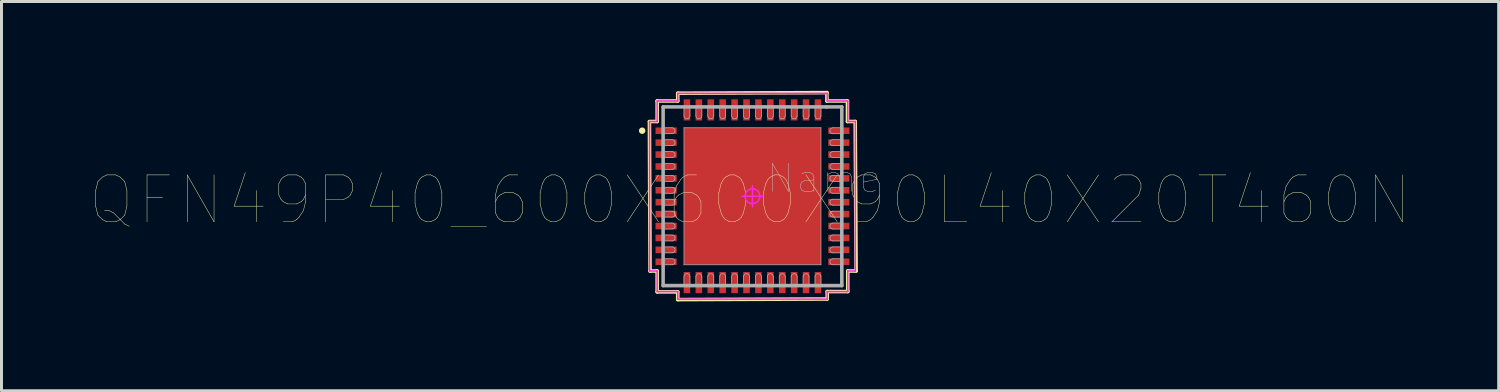
<source format=kicad_pcb>
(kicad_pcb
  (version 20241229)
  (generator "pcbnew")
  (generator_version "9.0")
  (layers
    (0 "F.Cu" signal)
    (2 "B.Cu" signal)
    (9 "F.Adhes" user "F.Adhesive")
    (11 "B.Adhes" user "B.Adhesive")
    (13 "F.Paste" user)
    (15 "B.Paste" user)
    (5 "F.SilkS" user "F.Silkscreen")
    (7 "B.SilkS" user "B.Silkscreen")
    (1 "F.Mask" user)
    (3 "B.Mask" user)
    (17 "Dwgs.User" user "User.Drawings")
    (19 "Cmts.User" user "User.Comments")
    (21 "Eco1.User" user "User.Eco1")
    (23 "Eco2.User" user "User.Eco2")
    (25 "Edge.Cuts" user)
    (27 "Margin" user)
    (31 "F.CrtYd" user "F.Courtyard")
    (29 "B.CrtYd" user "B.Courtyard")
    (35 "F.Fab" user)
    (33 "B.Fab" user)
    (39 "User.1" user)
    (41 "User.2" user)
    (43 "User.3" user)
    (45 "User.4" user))
  (footprint "QFN49P40_600X600X90L40X20T460N"
    (layer "F.Cu")
    (at 22.217 3.54)
    (property "Reference" "QFN49P40_600X600X90L40X20T460N" (at -0.08 0.13 0) (layer "F.SilkS") (effects (font (size 1.575 1.575) (thickness 0.015))))
    (fp_poly (pts (xy -2.3 2.3) (xy -2.3 -2.3) (xy 2.3 -2.3) (xy 2.3 2.3)) (stroke (width 0.01) (type solid)) (fill yes) (layer "F.Mask"))
    (fp_line (start -3.46 -2.51) (end -3.2 -2.51) (stroke (width 0.12) (type solid)) (layer "F.SilkS"))
    (fp_line (start -3.44 2.51) (end -3.46 -2.5) (stroke (width 0.12) (type solid)) (layer "F.SilkS"))
    (fp_line (start -3.2 -3.2) (end -2.51 -3.2) (stroke (width 0.12) (type solid)) (layer "F.SilkS"))
    (fp_line (start -3.2 -2.51) (end -3.2 -3.2) (stroke (width 0.12) (type solid)) (layer "F.SilkS"))
    (fp_line (start -3.2 2.51) (end -3.44 2.51) (stroke (width 0.12) (type solid)) (layer "F.SilkS"))
    (fp_line (start -3.2 3.21) (end -3.2 2.51) (stroke (width 0.12) (type solid)) (layer "F.SilkS"))
    (fp_line (start -2.51 -3.2) (end -2.51 -3.46) (stroke (width 0.12) (type solid)) (layer "F.SilkS"))
    (fp_line (start -2.51 3.21) (end -3.2 3.21) (stroke (width 0.12) (type solid)) (layer "F.SilkS"))
    (fp_line (start -2.51 3.47) (end -2.51 3.21) (stroke (width 0.12) (type solid)) (layer "F.SilkS"))
    (fp_line (start -2.5 -3.46) (end 2.5 -3.48) (stroke (width 0.12) (type solid)) (layer "F.SilkS"))
    (fp_line (start 2.5 -3.48) (end 2.5 -3.2) (stroke (width 0.12) (type solid)) (layer "F.SilkS"))
    (fp_line (start 2.5 -3.2) (end 3.19 -3.2) (stroke (width 0.12) (type solid)) (layer "F.SilkS"))
    (fp_line (start 2.51 3.2) (end 2.51 3.45) (stroke (width 0.12) (type solid)) (layer "F.SilkS"))
    (fp_line (start 2.51 3.45) (end -2.51 3.47) (stroke (width 0.12) (type solid)) (layer "F.SilkS"))
    (fp_line (start 3.19 -3.2) (end 3.19 -2.51) (stroke (width 0.12) (type solid)) (layer "F.SilkS"))
    (fp_line (start 3.19 -2.51) (end 3.45 -2.51) (stroke (width 0.12) (type solid)) (layer "F.SilkS"))
    (fp_line (start 3.2 2.51) (end 3.2 3.2) (stroke (width 0.12) (type solid)) (layer "F.SilkS"))
    (fp_line (start 3.2 3.2) (end 2.51 3.2) (stroke (width 0.12) (type solid)) (layer "F.SilkS"))
    (fp_line (start 3.45 -2.51) (end 3.48 2.51) (stroke (width 0.12) (type solid)) (layer "F.SilkS"))
    (fp_line (start 3.48 2.51) (end 3.2 2.51) (stroke (width 0.12) (type solid)) (layer "F.SilkS"))
    (fp_circle (center -3.704 -2.201) (end -3.595 -2.201) (stroke (width 0) (type solid)) (fill yes) (layer "F.SilkS"))
    (fp_poly (pts (xy -1.965 -0.335) (xy -1.965 -1.965) (xy -0.335 -1.965) (xy -0.335 -0.335)) (stroke (width 0.01) (type solid)) (fill yes) (layer "F.Paste"))
    (fp_poly (pts (xy -1.965 1.965) (xy -1.965 0.335) (xy -0.335 0.335) (xy -0.335 1.965)) (stroke (width 0.01) (type solid)) (fill yes) (layer "F.Paste"))
    (fp_poly (pts (xy 0.335 -0.335) (xy 0.335 -1.965) (xy 1.965 -1.965) (xy 1.965 -0.335)) (stroke (width 0.01) (type solid)) (fill yes) (layer "F.Paste"))
    (fp_poly (pts (xy 0.335 1.965) (xy 0.335 0.335) (xy 1.965 0.335) (xy 1.965 1.965)) (stroke (width 0.01) (type solid)) (fill yes) (layer "F.Paste"))
    (fp_line (start -3.455 -2.51) (end -3.455 2.51) (stroke (width 0.05) (type solid)) (layer "F.CrtYd"))
    (fp_line (start -3.455 2.51) (end -3.2 2.51) (stroke (width 0.05) (type solid)) (layer "F.CrtYd"))
    (fp_line (start -3.2 -3.2) (end -3.2 -2.51) (stroke (width 0.05) (type solid)) (layer "F.CrtYd"))
    (fp_line (start -3.2 -2.51) (end -3.455 -2.51) (stroke (width 0.05) (type solid)) (layer "F.CrtYd"))
    (fp_line (start -3.2 2.51) (end -3.2 3.2) (stroke (width 0.05) (type solid)) (layer "F.CrtYd"))
    (fp_line (start -3.2 3.2) (end -2.51 3.2) (stroke (width 0.05) (type solid)) (layer "F.CrtYd"))
    (fp_line (start -2.51 -3.455) (end -2.51 -3.2) (stroke (width 0.05) (type solid)) (layer "F.CrtYd"))
    (fp_line (start -2.51 -3.2) (end -3.2 -3.2) (stroke (width 0.05) (type solid)) (layer "F.CrtYd"))
    (fp_line (start -2.51 3.2) (end -2.51 3.455) (stroke (width 0.05) (type solid)) (layer "F.CrtYd"))
    (fp_line (start -2.51 3.455) (end 2.51 3.455) (stroke (width 0.05) (type solid)) (layer "F.CrtYd"))
    (fp_line (start 0 -0.35) (end 0 0.35) (stroke (width 0.05) (type solid)) (layer "F.CrtYd"))
    (fp_line (start 0.35 0) (end -0.35 0) (stroke (width 0.05) (type solid)) (layer "F.CrtYd"))
    (fp_line (start 2.51 -3.455) (end -2.51 -3.455) (stroke (width 0.05) (type solid)) (layer "F.CrtYd"))
    (fp_line (start 2.51 -3.2) (end 2.51 -3.455) (stroke (width 0.05) (type solid)) (layer "F.CrtYd"))
    (fp_line (start 2.51 3.2) (end 3.2 3.2) (stroke (width 0.05) (type solid)) (layer "F.CrtYd"))
    (fp_line (start 2.51 3.455) (end 2.51 3.2) (stroke (width 0.05) (type solid)) (layer "F.CrtYd"))
    (fp_line (start 3.2 -3.2) (end 2.51 -3.2) (stroke (width 0.05) (type solid)) (layer "F.CrtYd"))
    (fp_line (start 3.2 -2.51) (end 3.2 -3.2) (stroke (width 0.05) (type solid)) (layer "F.CrtYd"))
    (fp_line (start 3.2 2.51) (end 3.455 2.51) (stroke (width 0.05) (type solid)) (layer "F.CrtYd"))
    (fp_line (start 3.2 3.2) (end 3.2 2.51) (stroke (width 0.05) (type solid)) (layer "F.CrtYd"))
    (fp_line (start 3.455 -2.51) (end 3.2 -2.51) (stroke (width 0.05) (type solid)) (layer "F.CrtYd"))
    (fp_line (start 3.455 2.51) (end 3.455 -2.51) (stroke (width 0.05) (type solid)) (layer "F.CrtYd"))
    (fp_circle (center 0 0) (end 0.25 0) (stroke (width 0.05) (type solid)) (fill no) (layer "F.CrtYd"))
    (fp_line (start -3 -3) (end 2.49 -3) (stroke (width 0.12) (type solid)) (layer "F.Fab"))
    (fp_line (start -3 -2.3) (end -3 -2.1) (stroke (width 0.025) (type solid)) (layer "F.Fab"))
    (fp_line (start -3 -2.1) (end -2.7 -2.1) (stroke (width 0.025) (type solid)) (layer "F.Fab"))
    (fp_line (start -3 -1.9) (end -3 -1.7) (stroke (width 0.025) (type solid)) (layer "F.Fab"))
    (fp_line (start -3 -1.7) (end -2.7 -1.7) (stroke (width 0.025) (type solid)) (layer "F.Fab"))
    (fp_line (start -3 -1.5) (end -3 -1.3) (stroke (width 0.025) (type solid)) (layer "F.Fab"))
    (fp_line (start -3 -1.3) (end -2.7 -1.3) (stroke (width 0.025) (type solid)) (layer "F.Fab"))
    (fp_line (start -3 -1.1) (end -3 -0.9) (stroke (width 0.025) (type solid)) (layer "F.Fab"))
    (fp_line (start -3 -0.9) (end -2.7 -0.9) (stroke (width 0.025) (type solid)) (layer "F.Fab"))
    (fp_line (start -3 -0.7) (end -3 -0.5) (stroke (width 0.025) (type solid)) (layer "F.Fab"))
    (fp_line (start -3 -0.5) (end -2.7 -0.5) (stroke (width 0.025) (type solid)) (layer "F.Fab"))
    (fp_line (start -3 -0.3) (end -3 -0.1) (stroke (width 0.025) (type solid)) (layer "F.Fab"))
    (fp_line (start -3 -0.1) (end -2.7 -0.1) (stroke (width 0.025) (type solid)) (layer "F.Fab"))
    (fp_line (start -3 0.1) (end -3 0.3) (stroke (width 0.025) (type solid)) (layer "F.Fab"))
    (fp_line (start -3 0.3) (end -2.7 0.3) (stroke (width 0.025) (type solid)) (layer "F.Fab"))
    (fp_line (start -3 0.5) (end -3 0.7) (stroke (width 0.025) (type solid)) (layer "F.Fab"))
    (fp_line (start -3 0.7) (end -2.7 0.7) (stroke (width 0.025) (type solid)) (layer "F.Fab"))
    (fp_line (start -3 0.9) (end -3 1.1) (stroke (width 0.025) (type solid)) (layer "F.Fab"))
    (fp_line (start -3 1.1) (end -2.7 1.1) (stroke (width 0.025) (type solid)) (layer "F.Fab"))
    (fp_line (start -3 1.3) (end -3 1.5) (stroke (width 0.025) (type solid)) (layer "F.Fab"))
    (fp_line (start -3 1.5) (end -2.7 1.5) (stroke (width 0.025) (type solid)) (layer "F.Fab"))
    (fp_line (start -3 1.7) (end -3 1.9) (stroke (width 0.025) (type solid)) (layer "F.Fab"))
    (fp_line (start -3 1.9) (end -2.7 1.9) (stroke (width 0.025) (type solid)) (layer "F.Fab"))
    (fp_line (start -3 2.1) (end -3 2.3) (stroke (width 0.025) (type solid)) (layer "F.Fab"))
    (fp_line (start -3 2.3) (end -2.7 2.3) (stroke (width 0.025) (type solid)) (layer "F.Fab"))
    (fp_line (start -3 3) (end -3 -3) (stroke (width 0.12) (type solid)) (layer "F.Fab"))
    (fp_line (start -2.7 -2.3) (end -3 -2.3) (stroke (width 0.025) (type solid)) (layer "F.Fab"))
    (fp_line (start -2.7 -1.9) (end -3 -1.9) (stroke (width 0.025) (type solid)) (layer "F.Fab"))
    (fp_line (start -2.7 -1.5) (end -3 -1.5) (stroke (width 0.025) (type solid)) (layer "F.Fab"))
    (fp_line (start -2.7 -1.1) (end -3 -1.1) (stroke (width 0.025) (type solid)) (layer "F.Fab"))
    (fp_line (start -2.7 -0.7) (end -3 -0.7) (stroke (width 0.025) (type solid)) (layer "F.Fab"))
    (fp_line (start -2.7 -0.3) (end -3 -0.3) (stroke (width 0.025) (type solid)) (layer "F.Fab"))
    (fp_line (start -2.7 0.1) (end -3 0.1) (stroke (width 0.025) (type solid)) (layer "F.Fab"))
    (fp_line (start -2.7 0.5) (end -3 0.5) (stroke (width 0.025) (type solid)) (layer "F.Fab"))
    (fp_line (start -2.7 0.9) (end -3 0.9) (stroke (width 0.025) (type solid)) (layer "F.Fab"))
    (fp_line (start -2.7 1.3) (end -3 1.3) (stroke (width 0.025) (type solid)) (layer "F.Fab"))
    (fp_line (start -2.7 1.7) (end -3 1.7) (stroke (width 0.025) (type solid)) (layer "F.Fab"))
    (fp_line (start -2.7 2.1) (end -3 2.1) (stroke (width 0.025) (type solid)) (layer "F.Fab"))
    (fp_line (start -2.3 -3) (end -2.3 -2.7) (stroke (width 0.025) (type solid)) (layer "F.Fab"))
    (fp_line (start -2.3 -2.3) (end 2.3 -2.3) (stroke (width 0.025) (type solid)) (layer "F.Fab"))
    (fp_line (start -2.3 2.3) (end -2.3 -2.3) (stroke (width 0.025) (type solid)) (layer "F.Fab"))
    (fp_line (start -2.3 2.7) (end -2.3 3) (stroke (width 0.025) (type solid)) (layer "F.Fab"))
    (fp_line (start -2.3 3) (end -2.1 3) (stroke (width 0.025) (type solid)) (layer "F.Fab"))
    (fp_line (start -2.1 -3) (end -2.3 -3) (stroke (width 0.025) (type solid)) (layer "F.Fab"))
    (fp_line (start -2.1 -2.7) (end -2.1 -3) (stroke (width 0.025) (type solid)) (layer "F.Fab"))
    (fp_line (start -2.1 3) (end -2.1 2.7) (stroke (width 0.025) (type solid)) (layer "F.Fab"))
    (fp_line (start -1.9 -3) (end -1.9 -2.7) (stroke (width 0.025) (type solid)) (layer "F.Fab"))
    (fp_line (start -1.9 2.7) (end -1.9 3) (stroke (width 0.025) (type solid)) (layer "F.Fab"))
    (fp_line (start -1.9 3) (end -1.7 3) (stroke (width 0.025) (type solid)) (layer "F.Fab"))
    (fp_line (start -1.7 -3) (end -1.9 -3) (stroke (width 0.025) (type solid)) (layer "F.Fab"))
    (fp_line (start -1.7 -2.7) (end -1.7 -3) (stroke (width 0.025) (type solid)) (layer "F.Fab"))
    (fp_line (start -1.7 3) (end -1.7 2.7) (stroke (width 0.025) (type solid)) (layer "F.Fab"))
    (fp_line (start -1.5 -3) (end -1.5 -2.7) (stroke (width 0.025) (type solid)) (layer "F.Fab"))
    (fp_line (start -1.5 2.7) (end -1.5 3) (stroke (width 0.025) (type solid)) (layer "F.Fab"))
    (fp_line (start -1.5 3) (end -1.3 3) (stroke (width 0.025) (type solid)) (layer "F.Fab"))
    (fp_line (start -1.3 -3) (end -1.5 -3) (stroke (width 0.025) (type solid)) (layer "F.Fab"))
    (fp_line (start -1.3 -2.7) (end -1.3 -3) (stroke (width 0.025) (type solid)) (layer "F.Fab"))
    (fp_line (start -1.3 3) (end -1.3 2.7) (stroke (width 0.025) (type solid)) (layer "F.Fab"))
    (fp_line (start -1.1 -3) (end -1.1 -2.7) (stroke (width 0.025) (type solid)) (layer "F.Fab"))
    (fp_line (start -1.1 2.7) (end -1.1 3) (stroke (width 0.025) (type solid)) (layer "F.Fab"))
    (fp_line (start -1.1 3) (end -0.9 3) (stroke (width 0.025) (type solid)) (layer "F.Fab"))
    (fp_line (start -0.9 -3) (end -1.1 -3) (stroke (width 0.025) (type solid)) (layer "F.Fab"))
    (fp_line (start -0.9 -2.7) (end -0.9 -3) (stroke (width 0.025) (type solid)) (layer "F.Fab"))
    (fp_line (start -0.9 3) (end -0.9 2.7) (stroke (width 0.025) (type solid)) (layer "F.Fab"))
    (fp_line (start -0.7 -3) (end -0.7 -2.7) (stroke (width 0.025) (type solid)) (layer "F.Fab"))
    (fp_line (start -0.7 2.7) (end -0.7 3) (stroke (width 0.025) (type solid)) (layer "F.Fab"))
    (fp_line (start -0.7 3) (end -0.5 3) (stroke (width 0.025) (type solid)) (layer "F.Fab"))
    (fp_line (start -0.5 -3) (end -0.7 -3) (stroke (width 0.025) (type solid)) (layer "F.Fab"))
    (fp_line (start -0.5 -2.7) (end -0.5 -3) (stroke (width 0.025) (type solid)) (layer "F.Fab"))
    (fp_line (start -0.5 3) (end -0.5 2.7) (stroke (width 0.025) (type solid)) (layer "F.Fab"))
    (fp_line (start -0.3 -3) (end -0.3 -2.7) (stroke (width 0.025) (type solid)) (layer "F.Fab"))
    (fp_line (start -0.3 2.7) (end -0.3 3) (stroke (width 0.025) (type solid)) (layer "F.Fab"))
    (fp_line (start -0.3 3) (end -0.1 3) (stroke (width 0.025) (type solid)) (layer "F.Fab"))
    (fp_line (start -0.1 -3) (end -0.3 -3) (stroke (width 0.025) (type solid)) (layer "F.Fab"))
    (fp_line (start -0.1 -2.7) (end -0.1 -3) (stroke (width 0.025) (type solid)) (layer "F.Fab"))
    (fp_line (start -0.1 3) (end -0.1 2.7) (stroke (width 0.025) (type solid)) (layer "F.Fab"))
    (fp_line (start 0.1 -3) (end 0.1 -2.7) (stroke (width 0.025) (type solid)) (layer "F.Fab"))
    (fp_line (start 0.1 2.7) (end 0.1 3) (stroke (width 0.025) (type solid)) (layer "F.Fab"))
    (fp_line (start 0.1 3) (end 0.3 3) (stroke (width 0.025) (type solid)) (layer "F.Fab"))
    (fp_line (start 0.3 -3) (end 0.1 -3) (stroke (width 0.025) (type solid)) (layer "F.Fab"))
    (fp_line (start 0.3 -2.7) (end 0.3 -3) (stroke (width 0.025) (type solid)) (layer "F.Fab"))
    (fp_line (start 0.3 3) (end 0.3 2.7) (stroke (width 0.025) (type solid)) (layer "F.Fab"))
    (fp_line (start 0.5 -3) (end 0.5 -2.7) (stroke (width 0.025) (type solid)) (layer "F.Fab"))
    (fp_line (start 0.5 2.7) (end 0.5 3) (stroke (width 0.025) (type solid)) (layer "F.Fab"))
    (fp_line (start 0.5 3) (end 0.7 3) (stroke (width 0.025) (type solid)) (layer "F.Fab"))
    (fp_line (start 0.7 -3) (end 0.5 -3) (stroke (width 0.025) (type solid)) (layer "F.Fab"))
    (fp_line (start 0.7 -2.7) (end 0.7 -3) (stroke (width 0.025) (type solid)) (layer "F.Fab"))
    (fp_line (start 0.7 3) (end 0.7 2.7) (stroke (width 0.025) (type solid)) (layer "F.Fab"))
    (fp_line (start 0.9 -3) (end 0.9 -2.7) (stroke (width 0.025) (type solid)) (layer "F.Fab"))
    (fp_line (start 0.9 2.7) (end 0.9 3) (stroke (width 0.025) (type solid)) (layer "F.Fab"))
    (fp_line (start 0.9 3) (end 1.1 3) (stroke (width 0.025) (type solid)) (layer "F.Fab"))
    (fp_line (start 1.1 -3) (end 0.9 -3) (stroke (width 0.025) (type solid)) (layer "F.Fab"))
    (fp_line (start 1.1 -2.7) (end 1.1 -3) (stroke (width 0.025) (type solid)) (layer "F.Fab"))
    (fp_line (start 1.1 3) (end 1.1 2.7) (stroke (width 0.025) (type solid)) (layer "F.Fab"))
    (fp_line (start 1.3 -3) (end 1.3 -2.7) (stroke (width 0.025) (type solid)) (layer "F.Fab"))
    (fp_line (start 1.3 2.7) (end 1.3 3) (stroke (width 0.025) (type solid)) (layer "F.Fab"))
    (fp_line (start 1.3 3) (end 1.5 3) (stroke (width 0.025) (type solid)) (layer "F.Fab"))
    (fp_line (start 1.5 -3) (end 1.3 -3) (stroke (width 0.025) (type solid)) (layer "F.Fab"))
    (fp_line (start 1.5 -2.7) (end 1.5 -3) (stroke (width 0.025) (type solid)) (layer "F.Fab"))
    (fp_line (start 1.5 3) (end 1.5 2.7) (stroke (width 0.025) (type solid)) (layer "F.Fab"))
    (fp_line (start 1.7 -3) (end 1.7 -2.7) (stroke (width 0.025) (type solid)) (layer "F.Fab"))
    (fp_line (start 1.7 2.7) (end 1.7 3) (stroke (width 0.025) (type solid)) (layer "F.Fab"))
    (fp_line (start 1.7 3) (end 1.9 3) (stroke (width 0.025) (type solid)) (layer "F.Fab"))
    (fp_line (start 1.9 -3) (end 1.7 -3) (stroke (width 0.025) (type solid)) (layer "F.Fab"))
    (fp_line (start 1.9 -2.7) (end 1.9 -3) (stroke (width 0.025) (type solid)) (layer "F.Fab"))
    (fp_line (start 1.9 3) (end 1.9 2.7) (stroke (width 0.025) (type solid)) (layer "F.Fab"))
    (fp_line (start 2.1 -3) (end 2.1 -2.7) (stroke (width 0.025) (type solid)) (layer "F.Fab"))
    (fp_line (start 2.1 2.7) (end 2.1 3) (stroke (width 0.025) (type solid)) (layer "F.Fab"))
    (fp_line (start 2.1 3) (end 2.3 3) (stroke (width 0.025) (type solid)) (layer "F.Fab"))
    (fp_line (start 2.3 -3) (end 2.1 -3) (stroke (width 0.025) (type solid)) (layer "F.Fab"))
    (fp_line (start 2.3 -2.7) (end 2.3 -3) (stroke (width 0.025) (type solid)) (layer "F.Fab"))
    (fp_line (start 2.3 -2.3) (end 2.3 2.3) (stroke (width 0.025) (type solid)) (layer "F.Fab"))
    (fp_line (start 2.3 2.3) (end -2.3 2.3) (stroke (width 0.025) (type solid)) (layer "F.Fab"))
    (fp_line (start 2.3 3) (end 2.3 2.7) (stroke (width 0.025) (type solid)) (layer "F.Fab"))
    (fp_line (start 2.7 -2.1) (end 3 -2.1) (stroke (width 0.025) (type solid)) (layer "F.Fab"))
    (fp_line (start 2.7 -1.7) (end 3 -1.7) (stroke (width 0.025) (type solid)) (layer "F.Fab"))
    (fp_line (start 2.7 -1.3) (end 3 -1.3) (stroke (width 0.025) (type solid)) (layer "F.Fab"))
    (fp_line (start 2.7 -0.9) (end 3 -0.9) (stroke (width 0.025) (type solid)) (layer "F.Fab"))
    (fp_line (start 2.7 -0.5) (end 3 -0.5) (stroke (width 0.025) (type solid)) (layer "F.Fab"))
    (fp_line (start 2.7 -0.1) (end 3 -0.1) (stroke (width 0.025) (type solid)) (layer "F.Fab"))
    (fp_line (start 2.7 0.3) (end 3 0.3) (stroke (width 0.025) (type solid)) (layer "F.Fab"))
    (fp_line (start 2.7 0.7) (end 3 0.7) (stroke (width 0.025) (type solid)) (layer "F.Fab"))
    (fp_line (start 2.7 1.1) (end 3 1.1) (stroke (width 0.025) (type solid)) (layer "F.Fab"))
    (fp_line (start 2.7 1.5) (end 3 1.5) (stroke (width 0.025) (type solid)) (layer "F.Fab"))
    (fp_line (start 2.7 1.9) (end 3 1.9) (stroke (width 0.025) (type solid)) (layer "F.Fab"))
    (fp_line (start 2.7 2.3) (end 3 2.3) (stroke (width 0.025) (type solid)) (layer "F.Fab"))
    (fp_line (start 3 -3) (end 2.49 -3) (stroke (width 0.12) (type solid)) (layer "F.Fab"))
    (fp_line (start 3 -3) (end 3 3) (stroke (width 0.12) (type solid)) (layer "F.Fab"))
    (fp_line (start 3 -2.3) (end 2.7 -2.3) (stroke (width 0.025) (type solid)) (layer "F.Fab"))
    (fp_line (start 3 -2.1) (end 3 -2.3) (stroke (width 0.025) (type solid)) (layer "F.Fab"))
    (fp_line (start 3 -1.9) (end 2.7 -1.9) (stroke (width 0.025) (type solid)) (layer "F.Fab"))
    (fp_line (start 3 -1.7) (end 3 -1.9) (stroke (width 0.025) (type solid)) (layer "F.Fab"))
    (fp_line (start 3 -1.5) (end 2.7 -1.5) (stroke (width 0.025) (type solid)) (layer "F.Fab"))
    (fp_line (start 3 -1.3) (end 3 -1.5) (stroke (width 0.025) (type solid)) (layer "F.Fab"))
    (fp_line (start 3 -1.1) (end 2.7 -1.1) (stroke (width 0.025) (type solid)) (layer "F.Fab"))
    (fp_line (start 3 -0.9) (end 3 -1.1) (stroke (width 0.025) (type solid)) (layer "F.Fab"))
    (fp_line (start 3 -0.7) (end 2.7 -0.7) (stroke (width 0.025) (type solid)) (layer "F.Fab"))
    (fp_line (start 3 -0.5) (end 3 -0.7) (stroke (width 0.025) (type solid)) (layer "F.Fab"))
    (fp_line (start 3 -0.3) (end 2.7 -0.3) (stroke (width 0.025) (type solid)) (layer "F.Fab"))
    (fp_line (start 3 -0.1) (end 3 -0.3) (stroke (width 0.025) (type solid)) (layer "F.Fab"))
    (fp_line (start 3 0.1) (end 2.7 0.1) (stroke (width 0.025) (type solid)) (layer "F.Fab"))
    (fp_line (start 3 0.3) (end 3 0.1) (stroke (width 0.025) (type solid)) (layer "F.Fab"))
    (fp_line (start 3 0.5) (end 2.7 0.5) (stroke (width 0.025) (type solid)) (layer "F.Fab"))
    (fp_line (start 3 0.7) (end 3 0.5) (stroke (width 0.025) (type solid)) (layer "F.Fab"))
    (fp_line (start 3 0.9) (end 2.7 0.9) (stroke (width 0.025) (type solid)) (layer "F.Fab"))
    (fp_line (start 3 1.1) (end 3 0.9) (stroke (width 0.025) (type solid)) (layer "F.Fab"))
    (fp_line (start 3 1.3) (end 2.7 1.3) (stroke (width 0.025) (type solid)) (layer "F.Fab"))
    (fp_line (start 3 1.5) (end 3 1.3) (stroke (width 0.025) (type solid)) (layer "F.Fab"))
    (fp_line (start 3 1.7) (end 2.7 1.7) (stroke (width 0.025) (type solid)) (layer "F.Fab"))
    (fp_line (start 3 1.9) (end 3 1.7) (stroke (width 0.025) (type solid)) (layer "F.Fab"))
    (fp_line (start 3 2.1) (end 2.7 2.1) (stroke (width 0.025) (type solid)) (layer "F.Fab"))
    (fp_line (start 3 2.3) (end 3 2.1) (stroke (width 0.025) (type solid)) (layer "F.Fab"))
    (fp_line (start 3 3) (end -3 3) (stroke (width 0.12) (type solid)) (layer "F.Fab"))
    (fp_arc (start -2.7 -2.3) (mid -2.6 -2.2) (end -2.7 -2.1) (stroke (width 0.025) (type solid)) (layer "F.Fab"))
    (fp_arc (start -2.7 -1.9) (mid -2.6 -1.8) (end -2.7 -1.7) (stroke (width 0.025) (type solid)) (layer "F.Fab"))
    (fp_arc (start -2.7 -1.5) (mid -2.6 -1.4) (end -2.7 -1.3) (stroke (width 0.025) (type solid)) (layer "F.Fab"))
    (fp_arc (start -2.7 -1.1) (mid -2.6 -1) (end -2.7 -0.9) (stroke (width 0.025) (type solid)) (layer "F.Fab"))
    (fp_arc (start -2.7 -0.7) (mid -2.6 -0.6) (end -2.7 -0.5) (stroke (width 0.025) (type solid)) (layer "F.Fab"))
    (fp_arc (start -2.7 -0.3) (mid -2.6 -0.2) (end -2.7 -0.1) (stroke (width 0.025) (type solid)) (layer "F.Fab"))
    (fp_arc (start -2.7 0.1) (mid -2.6 0.2) (end -2.7 0.3) (stroke (width 0.025) (type solid)) (layer "F.Fab"))
    (fp_arc (start -2.7 0.5) (mid -2.6 0.6) (end -2.7 0.7) (stroke (width 0.025) (type solid)) (layer "F.Fab"))
    (fp_arc (start -2.7 0.9) (mid -2.6 1) (end -2.7 1.1) (stroke (width 0.025) (type solid)) (layer "F.Fab"))
    (fp_arc (start -2.7 1.3) (mid -2.6 1.4) (end -2.7 1.5) (stroke (width 0.025) (type solid)) (layer "F.Fab"))
    (fp_arc (start -2.7 1.7) (mid -2.6 1.8) (end -2.7 1.9) (stroke (width 0.025) (type solid)) (layer "F.Fab"))
    (fp_arc (start -2.7 2.1) (mid -2.6 2.2) (end -2.7 2.3) (stroke (width 0.025) (type solid)) (layer "F.Fab"))
    (fp_arc (start -2.3 2.7) (mid -2.2 2.6) (end -2.1 2.7) (stroke (width 0.025) (type solid)) (layer "F.Fab"))
    (fp_arc (start -2.1 -2.7) (mid -2.2 -2.6) (end -2.3 -2.7) (stroke (width 0.025) (type solid)) (layer "F.Fab"))
    (fp_arc (start -1.9 2.7) (mid -1.8 2.6) (end -1.7 2.7) (stroke (width 0.025) (type solid)) (layer "F.Fab"))
    (fp_arc (start -1.7 -2.7) (mid -1.8 -2.6) (end -1.9 -2.7) (stroke (width 0.025) (type solid)) (layer "F.Fab"))
    (fp_arc (start -1.5 2.7) (mid -1.4 2.6) (end -1.3 2.7) (stroke (width 0.025) (type solid)) (layer "F.Fab"))
    (fp_arc (start -1.3 -2.7) (mid -1.4 -2.6) (end -1.5 -2.7) (stroke (width 0.025) (type solid)) (layer "F.Fab"))
    (fp_arc (start -1.1 2.7) (mid -1 2.6) (end -0.9 2.7) (stroke (width 0.025) (type solid)) (layer "F.Fab"))
    (fp_arc (start -0.9 -2.7) (mid -1 -2.6) (end -1.1 -2.7) (stroke (width 0.025) (type solid)) (layer "F.Fab"))
    (fp_arc (start -0.7 2.7) (mid -0.6 2.6) (end -0.5 2.7) (stroke (width 0.025) (type solid)) (layer "F.Fab"))
    (fp_arc (start -0.5 -2.7) (mid -0.6 -2.6) (end -0.7 -2.7) (stroke (width 0.025) (type solid)) (layer "F.Fab"))
    (fp_arc (start -0.3 2.7) (mid -0.2 2.6) (end -0.1 2.7) (stroke (width 0.025) (type solid)) (layer "F.Fab"))
    (fp_arc (start -0.1 -2.7) (mid -0.2 -2.6) (end -0.3 -2.7) (stroke (width 0.025) (type solid)) (layer "F.Fab"))
    (fp_arc (start 0.1 2.7) (mid 0.2 2.6) (end 0.3 2.7) (stroke (width 0.025) (type solid)) (layer "F.Fab"))
    (fp_arc (start 0.3 -2.7) (mid 0.2 -2.6) (end 0.1 -2.7) (stroke (width 0.025) (type solid)) (layer "F.Fab"))
    (fp_arc (start 0.5 2.7) (mid 0.6 2.6) (end 0.7 2.7) (stroke (width 0.025) (type solid)) (layer "F.Fab"))
    (fp_arc (start 0.7 -2.7) (mid 0.6 -2.6) (end 0.5 -2.7) (stroke (width 0.025) (type solid)) (layer "F.Fab"))
    (fp_arc (start 0.9 2.7) (mid 1 2.6) (end 1.1 2.7) (stroke (width 0.025) (type solid)) (layer "F.Fab"))
    (fp_arc (start 1.1 -2.7) (mid 1 -2.6) (end 0.9 -2.7) (stroke (width 0.025) (type solid)) (layer "F.Fab"))
    (fp_arc (start 1.3 2.7) (mid 1.4 2.6) (end 1.5 2.7) (stroke (width 0.025) (type solid)) (layer "F.Fab"))
    (fp_arc (start 1.5 -2.7) (mid 1.4 -2.6) (end 1.3 -2.7) (stroke (width 0.025) (type solid)) (layer "F.Fab"))
    (fp_arc (start 1.7 2.7) (mid 1.8 2.6) (end 1.9 2.7) (stroke (width 0.025) (type solid)) (layer "F.Fab"))
    (fp_arc (start 1.9 -2.7) (mid 1.8 -2.6) (end 1.7 -2.7) (stroke (width 0.025) (type solid)) (layer "F.Fab"))
    (fp_arc (start 2.1 2.7) (mid 2.2 2.6) (end 2.3 2.7) (stroke (width 0.025) (type solid)) (layer "F.Fab"))
    (fp_arc (start 2.3 -2.7) (mid 2.2 -2.6) (end 2.1 -2.7) (stroke (width 0.025) (type solid)) (layer "F.Fab"))
    (fp_arc (start 2.7 -2.1) (mid 2.6 -2.2) (end 2.7 -2.3) (stroke (width 0.025) (type solid)) (layer "F.Fab"))
    (fp_arc (start 2.7 -1.7) (mid 2.6 -1.8) (end 2.7 -1.9) (stroke (width 0.025) (type solid)) (layer "F.Fab"))
    (fp_arc (start 2.7 -1.3) (mid 2.6 -1.4) (end 2.7 -1.5) (stroke (width 0.025) (type solid)) (layer "F.Fab"))
    (fp_arc (start 2.7 -0.9) (mid 2.6 -1) (end 2.7 -1.1) (stroke (width 0.025) (type solid)) (layer "F.Fab"))
    (fp_arc (start 2.7 -0.5) (mid 2.6 -0.6) (end 2.7 -0.7) (stroke (width 0.025) (type solid)) (layer "F.Fab"))
    (fp_arc (start 2.7 -0.1) (mid 2.6 -0.2) (end 2.7 -0.3) (stroke (width 0.025) (type solid)) (layer "F.Fab"))
    (fp_arc (start 2.7 0.3) (mid 2.6 0.2) (end 2.7 0.1) (stroke (width 0.025) (type solid)) (layer "F.Fab"))
    (fp_arc (start 2.7 0.7) (mid 2.6 0.6) (end 2.7 0.5) (stroke (width 0.025) (type solid)) (layer "F.Fab"))
    (fp_arc (start 2.7 1.1) (mid 2.6 1) (end 2.7 0.9) (stroke (width 0.025) (type solid)) (layer "F.Fab"))
    (fp_arc (start 2.7 1.5) (mid 2.6 1.4) (end 2.7 1.3) (stroke (width 0.025) (type solid)) (layer "F.Fab"))
    (fp_arc (start 2.7 1.9) (mid 2.6 1.8) (end 2.7 1.7) (stroke (width 0.025) (type solid)) (layer "F.Fab"))
    (fp_arc (start 2.7 2.3) (mid 2.6 2.2) (end 2.7 2.1) (stroke (width 0.025) (type solid)) (layer "F.Fab"))
    (fp_text user "Name" (at 2.4 -0.6 0) (layer "Dwgs.User") (effects (font (size 0.945 0.945) (thickness 0.015))))
    (pad "1" smd rect (at -2.9 -2.2) (size 0.71 0.22) (layers "F.Cu" "F.Mask" "F.Paste"))
    (pad "2" smd rect (at -2.9 -1.8) (size 0.71 0.22) (layers "F.Cu" "F.Mask" "F.Paste"))
    (pad "3" smd rect (at -2.9 -1.4) (size 0.71 0.22) (layers "F.Cu" "F.Mask" "F.Paste"))
    (pad "4" smd rect (at -2.9 -1) (size 0.71 0.22) (layers "F.Cu" "F.Mask" "F.Paste"))
    (pad "5" smd rect (at -2.9 -0.6) (size 0.71 0.22) (layers "F.Cu" "F.Mask" "F.Paste"))
    (pad "6" smd rect (at -2.9 -0.2) (size 0.71 0.22) (layers "F.Cu" "F.Mask" "F.Paste"))
    (pad "7" smd rect (at -2.9 0.2) (size 0.71 0.22) (layers "F.Cu" "F.Mask" "F.Paste"))
    (pad "8" smd rect (at -2.9 0.6) (size 0.71 0.22) (layers "F.Cu" "F.Mask" "F.Paste"))
    (pad "9" smd rect (at -2.9 1) (size 0.71 0.22) (layers "F.Cu" "F.Mask" "F.Paste"))
    (pad "10" smd rect (at -2.9 1.4) (size 0.71 0.22) (layers "F.Cu" "F.Mask" "F.Paste"))
    (pad "11" smd rect (at -2.9 1.8) (size 0.71 0.22) (layers "F.Cu" "F.Mask" "F.Paste"))
    (pad "12" smd rect (at -2.9 2.2) (size 0.71 0.22) (layers "F.Cu" "F.Mask" "F.Paste"))
    (pad "13" smd rect (at -2.2 2.9) (size 0.22 0.71) (layers "F.Cu" "F.Mask" "F.Paste"))
    (pad "14" smd rect (at -1.8 2.9) (size 0.22 0.71) (layers "F.Cu" "F.Mask" "F.Paste"))
    (pad "15" smd rect (at -1.4 2.9) (size 0.22 0.71) (layers "F.Cu" "F.Mask" "F.Paste"))
    (pad "16" smd rect (at -1 2.9) (size 0.22 0.71) (layers "F.Cu" "F.Mask" "F.Paste"))
    (pad "17" smd rect (at -0.6 2.9) (size 0.22 0.71) (layers "F.Cu" "F.Mask" "F.Paste"))
    (pad "18" smd rect (at -0.2 2.9) (size 0.22 0.71) (layers "F.Cu" "F.Mask" "F.Paste"))
    (pad "19" smd rect (at 0.2 2.9) (size 0.22 0.71) (layers "F.Cu" "F.Mask" "F.Paste"))
    (pad "20" smd rect (at 0.6 2.9) (size 0.22 0.71) (layers "F.Cu" "F.Mask" "F.Paste"))
    (pad "21" smd rect (at 1 2.9) (size 0.22 0.71) (layers "F.Cu" "F.Mask" "F.Paste"))
    (pad "22" smd rect (at 1.4 2.9) (size 0.22 0.71) (layers "F.Cu" "F.Mask" "F.Paste"))
    (pad "23" smd rect (at 1.8 2.9) (size 0.22 0.71) (layers "F.Cu" "F.Mask" "F.Paste"))
    (pad "24" smd rect (at 2.2 2.9) (size 0.22 0.71) (layers "F.Cu" "F.Mask" "F.Paste"))
    (pad "25" smd rect (at 2.9 2.2) (size 0.71 0.22) (layers "F.Cu" "F.Mask" "F.Paste"))
    (pad "26" smd rect (at 2.9 1.8) (size 0.71 0.22) (layers "F.Cu" "F.Mask" "F.Paste"))
    (pad "27" smd rect (at 2.9 1.4) (size 0.71 0.22) (layers "F.Cu" "F.Mask" "F.Paste"))
    (pad "28" smd rect (at 2.9 1) (size 0.71 0.22) (layers "F.Cu" "F.Mask" "F.Paste"))
    (pad "29" smd rect (at 2.9 0.6) (size 0.71 0.22) (layers "F.Cu" "F.Mask" "F.Paste"))
    (pad "30" smd rect (at 2.9 0.2) (size 0.71 0.22) (layers "F.Cu" "F.Mask" "F.Paste"))
    (pad "31" smd rect (at 2.9 -0.2) (size 0.71 0.22) (layers "F.Cu" "F.Mask" "F.Paste"))
    (pad "32" smd rect (at 2.9 -0.6) (size 0.71 0.22) (layers "F.Cu" "F.Mask" "F.Paste"))
    (pad "33" smd rect (at 2.9 -1) (size 0.71 0.22) (layers "F.Cu" "F.Mask" "F.Paste"))
    (pad "34" smd rect (at 2.9 -1.4) (size 0.71 0.22) (layers "F.Cu" "F.Mask" "F.Paste"))
    (pad "35" smd rect (at 2.9 -1.8) (size 0.71 0.22) (layers "F.Cu" "F.Mask" "F.Paste"))
    (pad "36" smd rect (at 2.9 -2.2) (size 0.71 0.22) (layers "F.Cu" "F.Mask" "F.Paste"))
    (pad "37" smd rect (at 2.2 -2.9) (size 0.22 0.71) (layers "F.Cu" "F.Mask" "F.Paste"))
    (pad "38" smd rect (at 1.8 -2.9) (size 0.22 0.71) (layers "F.Cu" "F.Mask" "F.Paste"))
    (pad "39" smd rect (at 1.4 -2.9) (size 0.22 0.71) (layers "F.Cu" "F.Mask" "F.Paste"))
    (pad "40" smd rect (at 1 -2.9) (size 0.22 0.71) (layers "F.Cu" "F.Mask" "F.Paste"))
    (pad "41" smd rect (at 0.6 -2.9) (size 0.22 0.71) (layers "F.Cu" "F.Mask" "F.Paste"))
    (pad "42" smd rect (at 0.2 -2.9) (size 0.22 0.71) (layers "F.Cu" "F.Mask" "F.Paste"))
    (pad "43" smd rect (at -0.2 -2.9) (size 0.22 0.71) (layers "F.Cu" "F.Mask" "F.Paste"))
    (pad "44" smd rect (at -0.6 -2.9) (size 0.22 0.71) (layers "F.Cu" "F.Mask" "F.Paste"))
    (pad "45" smd rect (at -1 -2.9) (size 0.22 0.71) (layers "F.Cu" "F.Mask" "F.Paste"))
    (pad "46" smd rect (at -1.4 -2.9) (size 0.22 0.71) (layers "F.Cu" "F.Mask" "F.Paste"))
    (pad "47" smd rect (at -1.8 -2.9) (size 0.22 0.71) (layers "F.Cu" "F.Mask" "F.Paste"))
    (pad "48" smd rect (at -2.2 -2.9) (size 0.22 0.71) (layers "F.Cu" "F.Mask" "F.Paste"))
    (pad "49" smd rect (at 0 0) (size 4.6 4.6) (layers "F.Cu")))
  (gr_rect
    (start -3 -3)
    (end 47.274 10.07)
    (stroke (width 0.1) (type default))
    (fill no)
    (layer "Edge.Cuts")))
</source>
